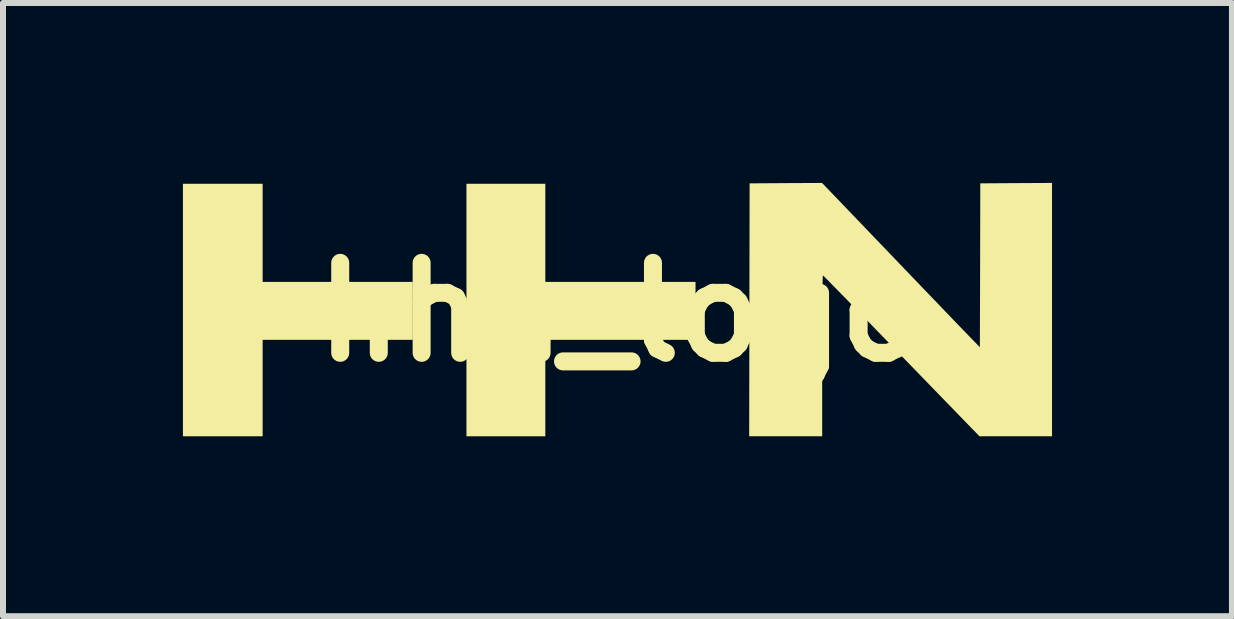
<source format=kicad_pcb>
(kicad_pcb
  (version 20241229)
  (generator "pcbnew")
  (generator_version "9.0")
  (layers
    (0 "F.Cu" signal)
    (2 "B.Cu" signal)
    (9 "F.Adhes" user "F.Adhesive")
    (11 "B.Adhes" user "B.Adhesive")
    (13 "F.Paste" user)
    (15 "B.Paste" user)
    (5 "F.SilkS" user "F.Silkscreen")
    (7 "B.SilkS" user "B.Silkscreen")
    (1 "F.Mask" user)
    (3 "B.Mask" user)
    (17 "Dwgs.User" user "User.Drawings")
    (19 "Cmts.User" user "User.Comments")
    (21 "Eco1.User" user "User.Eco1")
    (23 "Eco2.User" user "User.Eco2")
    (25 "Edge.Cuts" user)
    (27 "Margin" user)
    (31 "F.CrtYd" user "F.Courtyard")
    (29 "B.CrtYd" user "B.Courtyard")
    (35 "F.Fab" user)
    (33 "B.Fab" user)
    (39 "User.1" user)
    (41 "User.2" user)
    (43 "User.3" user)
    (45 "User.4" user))
  (footprint "hhn_logo"
    (layer "F.Cu")
    (at 7.301 2.154)
    (property "Reference" "hhn_logo" (at 0 0 0) (layer "F.SilkS") (effects (font (size 1.5 1.5) (thickness 0.3))))
    (attr board_only exclude_from_pos_files exclude_from_bom)
    (fp_poly (pts (xy -5.972 -1.322) (xy -5.972 -0.504) (xy -4.721 -0.504) (xy -3.469 -0.504) (xy -3.469 -0.021) (xy -3.469 0.462) (xy -4.721 0.462) (xy -5.972 0.462) (xy -5.972 1.266) (xy -5.972 2.07) (xy -6.637 2.07) (xy -7.301 2.07) (xy -7.301 -0.035) (xy -7.301 -2.14) (xy -6.637 -2.14) (xy -5.972 -2.14)) (stroke (width 0) (type solid)) (fill yes) (layer "F.SilkS"))
    (fp_poly (pts (xy -1.259 -1.322) (xy -1.259 -0.504) (xy -0.007 -0.504) (xy 1.245 -0.504) (xy 1.245 -0.021) (xy 1.245 0.462) (xy -0.007 0.462) (xy -1.259 0.462) (xy -1.259 1.266) (xy -1.259 2.07) (xy -1.916 2.07) (xy -2.574 2.07) (xy -2.574 -0.035) (xy -2.574 -2.14) (xy -1.916 -2.14) (xy -1.259 -2.14)) (stroke (width 0) (type solid)) (fill yes) (layer "F.SilkS"))
    (fp_poly (pts (xy 7.189 -0.042) (xy 7.189 2.07) (xy 6.584 2.07) (xy 5.979 2.07) (xy 4.68 0.731) (xy 4.523 0.568) (xy 4.371 0.412) (xy 4.225 0.261) (xy 4.087 0.119) (xy 3.957 -0.014) (xy 3.837 -0.137) (xy 3.729 -0.248) (xy 3.632 -0.347) (xy 3.549 -0.432) (xy 3.48 -0.502) (xy 3.427 -0.556) (xy 3.39 -0.593) (xy 3.371 -0.611) (xy 3.369 -0.613) (xy 3.367 -0.6) (xy 3.366 -0.561) (xy 3.364 -0.497) (xy 3.362 -0.409) (xy 3.361 -0.3) (xy 3.36 -0.171) (xy 3.359 -0.024) (xy 3.358 0.14) (xy 3.357 0.32) (xy 3.357 0.513) (xy 3.357 0.718) (xy 3.357 0.726) (xy 3.357 2.07) (xy 2.748 2.07) (xy 2.14 2.07) (xy 2.143 -0.038) (xy 2.147 -2.147) (xy 2.751 -2.151) (xy 3.355 -2.154) (xy 4.498 -0.962) (xy 4.649 -0.804) (xy 4.797 -0.65) (xy 4.941 -0.5) (xy 5.079 -0.356) (xy 5.21 -0.22) (xy 5.332 -0.093) (xy 5.444 0.024) (xy 5.545 0.129) (xy 5.632 0.22) (xy 5.705 0.295) (xy 5.763 0.355) (xy 5.803 0.396) (xy 5.814 0.408) (xy 5.986 0.585) (xy 5.99 -0.781) (xy 5.993 -2.147) (xy 6.591 -2.151) (xy 7.189 -2.154)) (stroke (width 0) (type solid)) (fill yes) (layer "F.SilkS")))
  (gr_rect
    (start -3 -3)
    (end 17.49 7.224)
    (stroke (width 0.1) (type default))
    (fill no)
    (layer "Edge.Cuts")))
</source>
